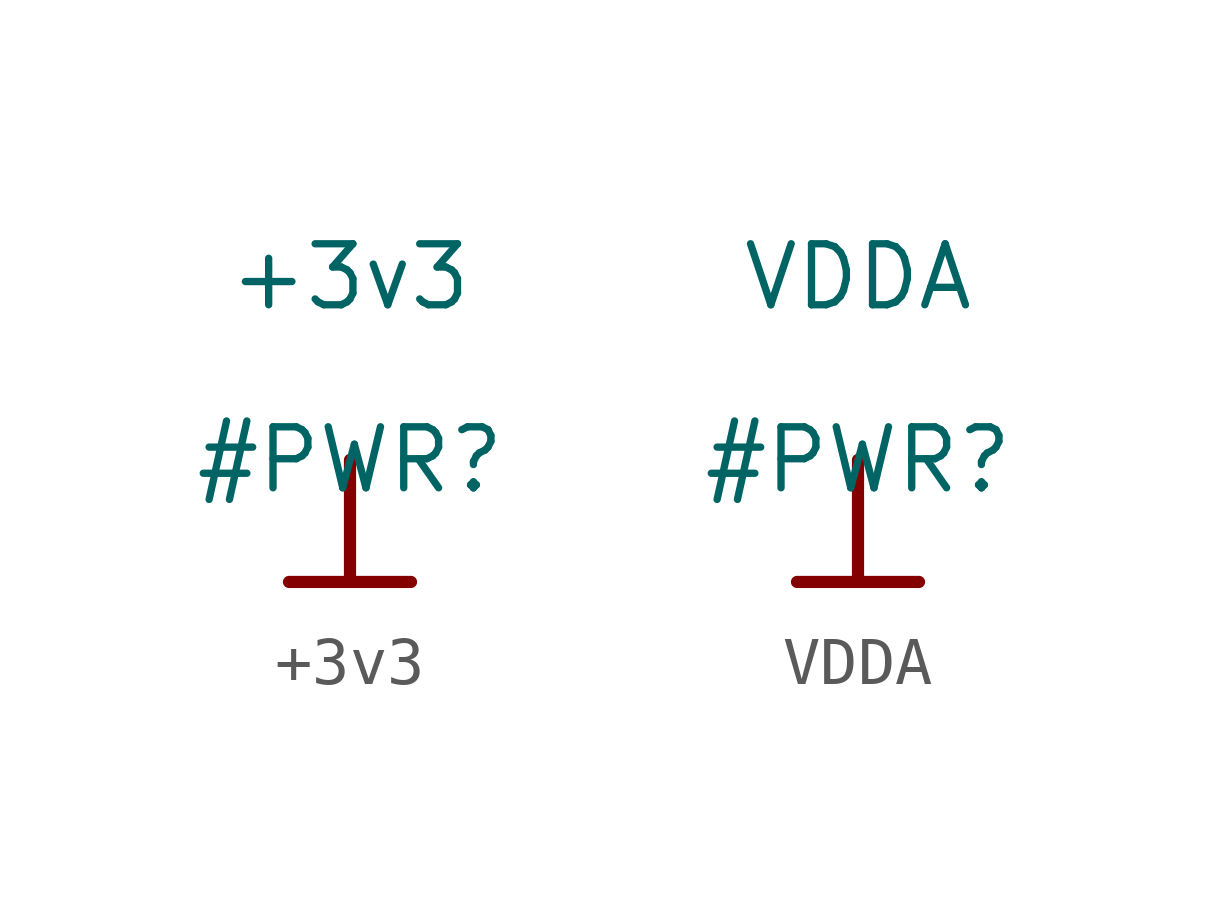
<source format=kicad_sym>
(kicad_symbol_lib
  (version 20220914)
  (generator kicad_symbol_editor)
  (symbol "+3v3"
    (power)
    (property "Reference" "#PWR"
      (at 0 0 0)
      (effects (font (size 1.27 1.27))))
    (property "Value" "+3v3"
      (at 0 3.81 0)
      (effects (font (size 1.27 1.27))))
    (symbol "+3v3_0_0"
      (polyline (pts (xy -1.27 -2.54) (xy 1.27 -2.54)) (stroke (width 0.254) (type solid)) (fill (type none)))
      (polyline (pts (xy 0 0) (xy 0 -2.54)) (stroke (width 0.254) (type solid)) (fill (type none)))
      (pin power_in line (at 0 0 0) (length 0) hide (name "+3v3" (effects (font (size 1.27 1.27)))) (number "" (effects (font (size 1.27 1.27)))))))
  (symbol "VDDA"
    (power)
    (property "Reference" "#PWR"
      (at 0 0 0)
      (effects (font (size 1.27 1.27))))
    (property "Value" "VDDA"
      (at 0 3.81 0)
      (effects (font (size 1.27 1.27))))
    (symbol "VDDA_0_0"
      (polyline (pts (xy -1.27 -2.54) (xy 1.27 -2.54)) (stroke (width 0.254) (type solid)) (fill (type none)))
      (polyline (pts (xy 0 0) (xy 0 -2.54)) (stroke (width 0.254) (type solid)) (fill (type none)))
      (pin power_in line (at 0 0 0) (length 0) hide (name "VDDA" (effects (font (size 1.27 1.27)))) (number "" (effects (font (size 1.27 1.27))))))))
</source>
